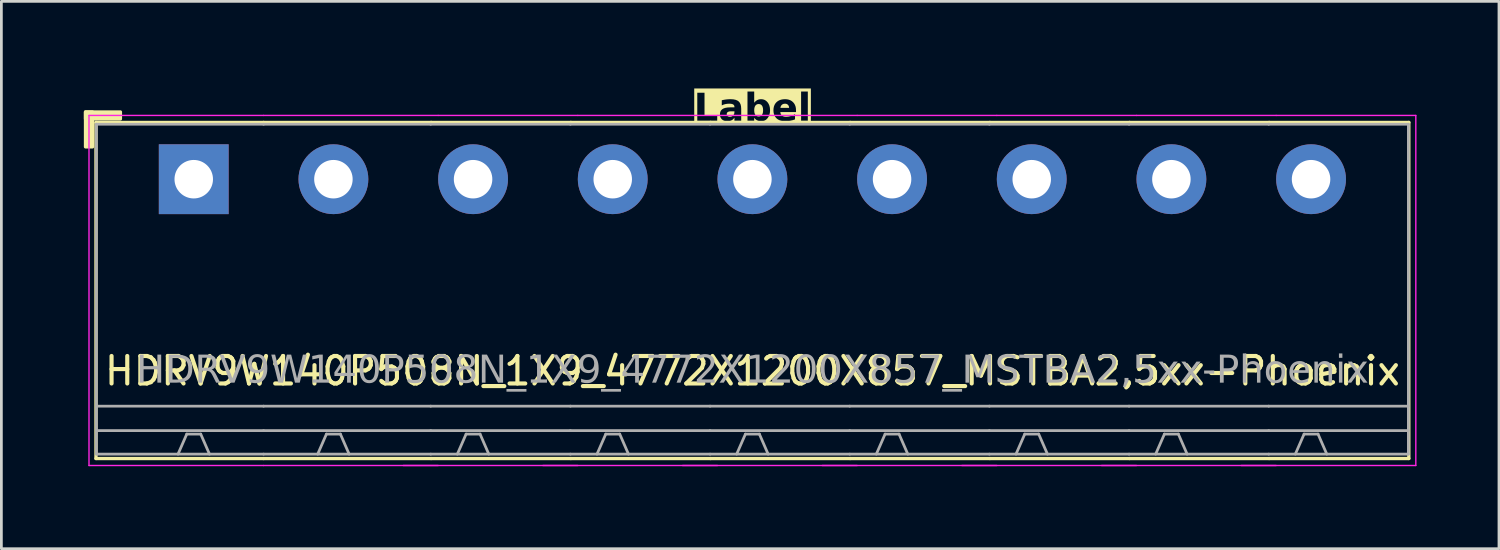
<source format=kicad_pcb>
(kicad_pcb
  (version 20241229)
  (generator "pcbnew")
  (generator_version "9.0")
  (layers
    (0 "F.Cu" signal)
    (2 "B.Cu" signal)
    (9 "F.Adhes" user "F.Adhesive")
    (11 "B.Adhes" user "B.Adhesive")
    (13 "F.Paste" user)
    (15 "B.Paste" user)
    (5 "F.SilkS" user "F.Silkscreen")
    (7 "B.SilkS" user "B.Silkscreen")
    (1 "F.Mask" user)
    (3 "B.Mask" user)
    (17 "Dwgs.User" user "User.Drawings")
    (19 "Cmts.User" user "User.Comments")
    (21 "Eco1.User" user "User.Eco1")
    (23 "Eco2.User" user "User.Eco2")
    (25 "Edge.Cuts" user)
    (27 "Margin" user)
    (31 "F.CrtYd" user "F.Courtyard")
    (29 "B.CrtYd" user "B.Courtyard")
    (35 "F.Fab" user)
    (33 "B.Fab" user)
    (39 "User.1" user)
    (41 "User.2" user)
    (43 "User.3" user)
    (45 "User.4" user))
  (footprint "HDRV9W140P508N_1X9_4772X1200X857_MSTBA2,5xx-Phoenix"
    (layer "F.Cu")
    (at 24.317 3.468)
    (property "Reference" "HDRV9W140P508N_1X9_4772X1200X857_MSTBA2,5xx-Phoenix" (at 0 6.975 0) (layer "F.SilkS") (effects (font (size 1 1) (thickness 0.15))))
    (property "Label" "Label" (at 0 -2.54 0) (layer "F.SilkS" knockout) (effects (font (face "Tahoma") (size 1 1) (thickness 0.2) (bold yes))))
    (attr through_hole)
    (fp_line (start -23.876 -2.065) (end -23.876 10.16) (stroke (width 0.12) (type solid)) (layer "F.SilkS"))
    (fp_line (start -23.876 10.16) (end -17.78 10.16) (stroke (width 0.12) (type solid)) (layer "F.SilkS"))
    (fp_line (start -17.78 -2.065) (end -23.876 -2.065) (stroke (width 0.12) (type solid)) (layer "F.SilkS"))
    (fp_line (start -17.78 -2.065) (end -11.684 -2.065) (stroke (width 0.12) (type solid)) (layer "F.SilkS"))
    (fp_line (start -11.684 -2.065) (end -6.604 -2.065) (stroke (width 0.12) (type solid)) (layer "F.SilkS"))
    (fp_line (start -11.684 10.16) (end -17.78 10.16) (stroke (width 0.12) (type solid)) (layer "F.SilkS"))
    (fp_line (start -6.604 -2.065) (end -1.524 -2.065) (stroke (width 0.12) (type solid)) (layer "F.SilkS"))
    (fp_line (start -6.604 10.16) (end -11.684 10.16) (stroke (width 0.12) (type solid)) (layer "F.SilkS"))
    (fp_line (start -1.524 -2.065) (end 3.556 -2.065) (stroke (width 0.12) (type solid)) (layer "F.SilkS"))
    (fp_line (start -1.524 10.16) (end -6.604 10.16) (stroke (width 0.12) (type solid)) (layer "F.SilkS"))
    (fp_line (start 3.556 -2.065) (end 8.636 -2.065) (stroke (width 0.12) (type solid)) (layer "F.SilkS"))
    (fp_line (start 3.556 10.16) (end -1.524 10.16) (stroke (width 0.12) (type solid)) (layer "F.SilkS"))
    (fp_line (start 8.636 -2.065) (end 13.716 -2.065) (stroke (width 0.12) (type solid)) (layer "F.SilkS"))
    (fp_line (start 8.636 10.16) (end 3.556 10.16) (stroke (width 0.12) (type solid)) (layer "F.SilkS"))
    (fp_line (start 13.716 -2.065) (end 18.796 -2.065) (stroke (width 0.12) (type solid)) (layer "F.SilkS"))
    (fp_line (start 13.716 10.16) (end 8.636 10.16) (stroke (width 0.12) (type solid)) (layer "F.SilkS"))
    (fp_line (start 18.796 -2.065) (end 23.876 -2.065) (stroke (width 0.12) (type solid)) (layer "F.SilkS"))
    (fp_line (start 18.796 10.16) (end 13.716 10.16) (stroke (width 0.12) (type solid)) (layer "F.SilkS"))
    (fp_line (start 23.876 -2.065) (end 23.876 10.16) (stroke (width 0.12) (type solid)) (layer "F.SilkS"))
    (fp_line (start 23.876 10.16) (end 18.796 10.16) (stroke (width 0.12) (type solid)) (layer "F.SilkS"))
    (fp_rect (start -24.257 -2.446) (end -24.003 -1.176) (stroke (width 0.12) (type solid)) (fill yes) (layer "F.SilkS"))
    (fp_rect (start -24.257 -2.446) (end -22.987 -2.192) (stroke (width 0.12) (type solid)) (fill yes) (layer "F.SilkS"))
    (fp_line (start -24.13 10.414) (end -24.13 -2.319) (stroke (width 0.05) (type solid)) (layer "F.CrtYd"))
    (fp_line (start -17.78 -2.319) (end -24.13 -2.319) (stroke (width 0.05) (type solid)) (layer "F.CrtYd"))
    (fp_line (start -17.78 -2.319) (end -11.43 -2.319) (stroke (width 0.05) (type solid)) (layer "F.CrtYd"))
    (fp_line (start -17.78 10.414) (end -24.13 10.414) (stroke (width 0.05) (type solid)) (layer "F.CrtYd"))
    (fp_line (start -17.78 10.414) (end -11.43 10.414) (stroke (width 0.05) (type solid)) (layer "F.CrtYd"))
    (fp_line (start -12.7 10.414) (end -6.35 10.414) (stroke (width 0.05) (type solid)) (layer "F.CrtYd"))
    (fp_line (start -11.43 -2.319) (end -6.35 -2.319) (stroke (width 0.05) (type solid)) (layer "F.CrtYd"))
    (fp_line (start -7.62 10.414) (end -1.27 10.414) (stroke (width 0.05) (type solid)) (layer "F.CrtYd"))
    (fp_line (start -6.35 -2.319) (end -1.27 -2.319) (stroke (width 0.05) (type solid)) (layer "F.CrtYd"))
    (fp_line (start -2.54 10.414) (end 3.81 10.414) (stroke (width 0.05) (type solid)) (layer "F.CrtYd"))
    (fp_line (start -1.27 -2.319) (end 3.81 -2.319) (stroke (width 0.05) (type solid)) (layer "F.CrtYd"))
    (fp_line (start 2.54 10.414) (end 8.89 10.414) (stroke (width 0.05) (type solid)) (layer "F.CrtYd"))
    (fp_line (start 3.81 -2.319) (end 8.89 -2.319) (stroke (width 0.05) (type solid)) (layer "F.CrtYd"))
    (fp_line (start 7.62 10.414) (end 13.97 10.414) (stroke (width 0.05) (type solid)) (layer "F.CrtYd"))
    (fp_line (start 8.89 -2.319) (end 13.97 -2.319) (stroke (width 0.05) (type solid)) (layer "F.CrtYd"))
    (fp_line (start 12.7 10.414) (end 19.05 10.414) (stroke (width 0.05) (type solid)) (layer "F.CrtYd"))
    (fp_line (start 13.97 -2.319) (end 19.05 -2.319) (stroke (width 0.05) (type solid)) (layer "F.CrtYd"))
    (fp_line (start 17.78 10.414) (end 24.13 10.414) (stroke (width 0.05) (type solid)) (layer "F.CrtYd"))
    (fp_line (start 19.05 -2.319) (end 24.13 -2.319) (stroke (width 0.05) (type solid)) (layer "F.CrtYd"))
    (fp_line (start 24.13 10.414) (end 24.13 -2.319) (stroke (width 0.05) (type solid)) (layer "F.CrtYd"))
    (fp_line (start -23.86 -2) (end -23.86 10) (stroke (width 0.1) (type solid)) (layer "F.Fab"))
    (fp_line (start -20.574 9.271) (end -20.892 10) (stroke (width 0.1) (type default)) (layer "F.Fab"))
    (fp_line (start -20.066 9.271) (end -20.574 9.271) (stroke (width 0.1) (type default)) (layer "F.Fab"))
    (fp_line (start -20.066 9.271) (end -19.748 10) (stroke (width 0.1) (type default)) (layer "F.Fab"))
    (fp_line (start -17.78 -2) (end -23.86 -2) (stroke (width 0.1) (type solid)) (layer "F.Fab"))
    (fp_line (start -17.78 -2) (end -11.7 -2) (stroke (width 0.1) (type solid)) (layer "F.Fab"))
    (fp_line (start -17.78 8.255) (end -23.86 8.255) (stroke (width 0.1) (type solid)) (layer "F.Fab"))
    (fp_line (start -17.78 8.255) (end -11.7 8.255) (stroke (width 0.1) (type solid)) (layer "F.Fab"))
    (fp_line (start -17.78 9.144) (end -23.86 9.144) (stroke (width 0.1) (type solid)) (layer "F.Fab"))
    (fp_line (start -17.78 9.144) (end -11.7 9.144) (stroke (width 0.1) (type solid)) (layer "F.Fab"))
    (fp_line (start -17.78 10) (end -23.86 10) (stroke (width 0.1) (type solid)) (layer "F.Fab"))
    (fp_line (start -17.78 10) (end -11.7 10) (stroke (width 0.1) (type solid)) (layer "F.Fab"))
    (fp_line (start -15.494 9.271) (end -15.812 10) (stroke (width 0.1) (type default)) (layer "F.Fab"))
    (fp_line (start -14.986 9.271) (end -15.494 9.271) (stroke (width 0.1) (type default)) (layer "F.Fab"))
    (fp_line (start -14.986 9.271) (end -14.668 10) (stroke (width 0.1) (type default)) (layer "F.Fab"))
    (fp_line (start -11.7 -2) (end -6.62 -2) (stroke (width 0.1) (type solid)) (layer "F.Fab"))
    (fp_line (start -11.7 8.255) (end -6.62 8.255) (stroke (width 0.1) (type solid)) (layer "F.Fab"))
    (fp_line (start -11.7 9.144) (end -6.62 9.144) (stroke (width 0.1) (type solid)) (layer "F.Fab"))
    (fp_line (start -11.7 10) (end -6.62 10) (stroke (width 0.1) (type solid)) (layer "F.Fab"))
    (fp_line (start -10.414 9.271) (end -10.732 10) (stroke (width 0.1) (type default)) (layer "F.Fab"))
    (fp_line (start -9.906 9.271) (end -10.414 9.271) (stroke (width 0.1) (type default)) (layer "F.Fab"))
    (fp_line (start -9.906 9.271) (end -9.588 10) (stroke (width 0.1) (type default)) (layer "F.Fab"))
    (fp_line (start -6.62 -2) (end -1.54 -2) (stroke (width 0.1) (type solid)) (layer "F.Fab"))
    (fp_line (start -6.62 8.255) (end -1.54 8.255) (stroke (width 0.1) (type solid)) (layer "F.Fab"))
    (fp_line (start -6.62 9.144) (end -1.54 9.144) (stroke (width 0.1) (type solid)) (layer "F.Fab"))
    (fp_line (start -6.62 10) (end -1.54 10) (stroke (width 0.1) (type solid)) (layer "F.Fab"))
    (fp_line (start -5.334 9.271) (end -5.652 10) (stroke (width 0.1) (type default)) (layer "F.Fab"))
    (fp_line (start -4.826 9.271) (end -5.334 9.271) (stroke (width 0.1) (type default)) (layer "F.Fab"))
    (fp_line (start -4.826 9.271) (end -4.508 10) (stroke (width 0.1) (type default)) (layer "F.Fab"))
    (fp_line (start -1.54 -2) (end 3.54 -2) (stroke (width 0.1) (type solid)) (layer "F.Fab"))
    (fp_line (start -1.54 8.255) (end 3.54 8.255) (stroke (width 0.1) (type solid)) (layer "F.Fab"))
    (fp_line (start -1.54 9.144) (end 3.54 9.144) (stroke (width 0.1) (type solid)) (layer "F.Fab"))
    (fp_line (start -1.54 10) (end 3.54 10) (stroke (width 0.1) (type solid)) (layer "F.Fab"))
    (fp_line (start -0.254 9.271) (end -0.572 10) (stroke (width 0.1) (type default)) (layer "F.Fab"))
    (fp_line (start 0.254 9.271) (end -0.254 9.271) (stroke (width 0.1) (type default)) (layer "F.Fab"))
    (fp_line (start 0.254 9.271) (end 0.572 10) (stroke (width 0.1) (type default)) (layer "F.Fab"))
    (fp_line (start 3.54 -2) (end 8.62 -2) (stroke (width 0.1) (type solid)) (layer "F.Fab"))
    (fp_line (start 3.54 8.255) (end 8.62 8.255) (stroke (width 0.1) (type solid)) (layer "F.Fab"))
    (fp_line (start 3.54 9.144) (end 8.62 9.144) (stroke (width 0.1) (type solid)) (layer "F.Fab"))
    (fp_line (start 3.54 10) (end 8.62 10) (stroke (width 0.1) (type solid)) (layer "F.Fab"))
    (fp_line (start 4.826 9.271) (end 4.508 10) (stroke (width 0.1) (type default)) (layer "F.Fab"))
    (fp_line (start 5.334 9.271) (end 4.826 9.271) (stroke (width 0.1) (type default)) (layer "F.Fab"))
    (fp_line (start 5.334 9.271) (end 5.652 10) (stroke (width 0.1) (type default)) (layer "F.Fab"))
    (fp_line (start 8.62 -2) (end 13.7 -2) (stroke (width 0.1) (type solid)) (layer "F.Fab"))
    (fp_line (start 8.62 8.255) (end 13.7 8.255) (stroke (width 0.1) (type solid)) (layer "F.Fab"))
    (fp_line (start 8.62 9.144) (end 13.7 9.144) (stroke (width 0.1) (type solid)) (layer "F.Fab"))
    (fp_line (start 8.62 10) (end 13.7 10) (stroke (width 0.1) (type solid)) (layer "F.Fab"))
    (fp_line (start 9.906 9.271) (end 9.588 10) (stroke (width 0.1) (type default)) (layer "F.Fab"))
    (fp_line (start 10.414 9.271) (end 9.906 9.271) (stroke (width 0.1) (type default)) (layer "F.Fab"))
    (fp_line (start 10.414 9.271) (end 10.732 10) (stroke (width 0.1) (type default)) (layer "F.Fab"))
    (fp_line (start 13.7 -2) (end 18.78 -2) (stroke (width 0.1) (type solid)) (layer "F.Fab"))
    (fp_line (start 13.7 8.255) (end 18.78 8.255) (stroke (width 0.1) (type solid)) (layer "F.Fab"))
    (fp_line (start 13.7 9.144) (end 18.78 9.144) (stroke (width 0.1) (type solid)) (layer "F.Fab"))
    (fp_line (start 13.7 10) (end 18.78 10) (stroke (width 0.1) (type solid)) (layer "F.Fab"))
    (fp_line (start 14.986 9.271) (end 14.668 10) (stroke (width 0.1) (type default)) (layer "F.Fab"))
    (fp_line (start 15.494 9.271) (end 14.986 9.271) (stroke (width 0.1) (type default)) (layer "F.Fab"))
    (fp_line (start 15.494 9.271) (end 15.812 10) (stroke (width 0.1) (type default)) (layer "F.Fab"))
    (fp_line (start 18.78 -2) (end 23.86 -2) (stroke (width 0.1) (type solid)) (layer "F.Fab"))
    (fp_line (start 18.78 8.255) (end 23.86 8.255) (stroke (width 0.1) (type solid)) (layer "F.Fab"))
    (fp_line (start 18.78 9.144) (end 23.86 9.144) (stroke (width 0.1) (type solid)) (layer "F.Fab"))
    (fp_line (start 18.78 10) (end 23.86 10) (stroke (width 0.1) (type solid)) (layer "F.Fab"))
    (fp_line (start 20.066 9.271) (end 19.748 10) (stroke (width 0.1) (type default)) (layer "F.Fab"))
    (fp_line (start 20.574 9.271) (end 20.066 9.271) (stroke (width 0.1) (type default)) (layer "F.Fab"))
    (fp_line (start 20.574 9.271) (end 20.892 10) (stroke (width 0.1) (type default)) (layer "F.Fab"))
    (fp_line (start 23.86 -2) (end 23.86 10) (stroke (width 0.1) (type solid)) (layer "F.Fab"))
    (fp_rect (start -20.574 -0.254) (end -20.066 0.254) (stroke (width 0.1) (type solid)) (fill no) (layer "F.Fab"))
    (fp_rect (start -14.986 -0.254) (end -15.494 0.254) (stroke (width 0.1) (type solid)) (fill no) (layer "F.Fab"))
    (fp_rect (start -9.906 -0.254) (end -10.414 0.254) (stroke (width 0.1) (type solid)) (fill no) (layer "F.Fab"))
    (fp_rect (start -4.826 -0.254) (end -5.334 0.254) (stroke (width 0.1) (type solid)) (fill no) (layer "F.Fab"))
    (fp_rect (start 0.254 -0.254) (end -0.254 0.254) (stroke (width 0.1) (type solid)) (fill no) (layer "F.Fab"))
    (fp_rect (start 5.334 -0.254) (end 4.826 0.254) (stroke (width 0.1) (type solid)) (fill no) (layer "F.Fab"))
    (fp_rect (start 10.414 -0.254) (end 9.906 0.254) (stroke (width 0.1) (type solid)) (fill no) (layer "F.Fab"))
    (fp_rect (start 15.494 -0.254) (end 14.986 0.254) (stroke (width 0.1) (type solid)) (fill no) (layer "F.Fab"))
    (fp_rect (start 20.574 -0.254) (end 20.066 0.254) (stroke (width 0.1) (type solid)) (fill no) (layer "F.Fab"))
    (fp_text user "${REFERENCE}" (at 0 6.985 0) (layer "F.Fab") (effects (font (face "Tahoma") (size 1 1) (thickness 0.15))))
    (pad "1" thru_hole rect (at -20.32 0) (size 2.54 2.54) (drill 1.4) (layers "*.Cu" "*.Mask"))
    (pad "2" thru_hole circle (at -15.24 0) (size 2.54 2.54) (drill 1.4) (layers "*.Cu" "*.Mask"))
    (pad "3" thru_hole circle (at -10.16 0) (size 2.54 2.54) (drill 1.4) (layers "*.Cu" "*.Mask"))
    (pad "4" thru_hole circle (at -5.08 0) (size 2.54 2.54) (drill 1.4) (layers "*.Cu" "*.Mask"))
    (pad "5" thru_hole circle (at 0 0) (size 2.54 2.54) (drill 1.4) (layers "*.Cu" "*.Mask"))
    (pad "6" thru_hole circle (at 5.08 0) (size 2.54 2.54) (drill 1.4) (layers "*.Cu" "*.Mask"))
    (pad "7" thru_hole circle (at 10.16 0) (size 2.54 2.54) (drill 1.4) (layers "*.Cu" "*.Mask"))
    (pad "8" thru_hole circle (at 15.24 0) (size 2.54 2.54) (drill 1.4) (layers "*.Cu" "*.Mask"))
    (pad "9" thru_hole circle (at 20.32 0) (size 2.54 2.54) (drill 1.4) (layers "*.Cu" "*.Mask")))
  (gr_rect
    (start -3 -3)
    (end 51.472 16.907)
    (stroke (width 0.1) (type default))
    (fill no)
    (layer "Edge.Cuts")))
</source>
